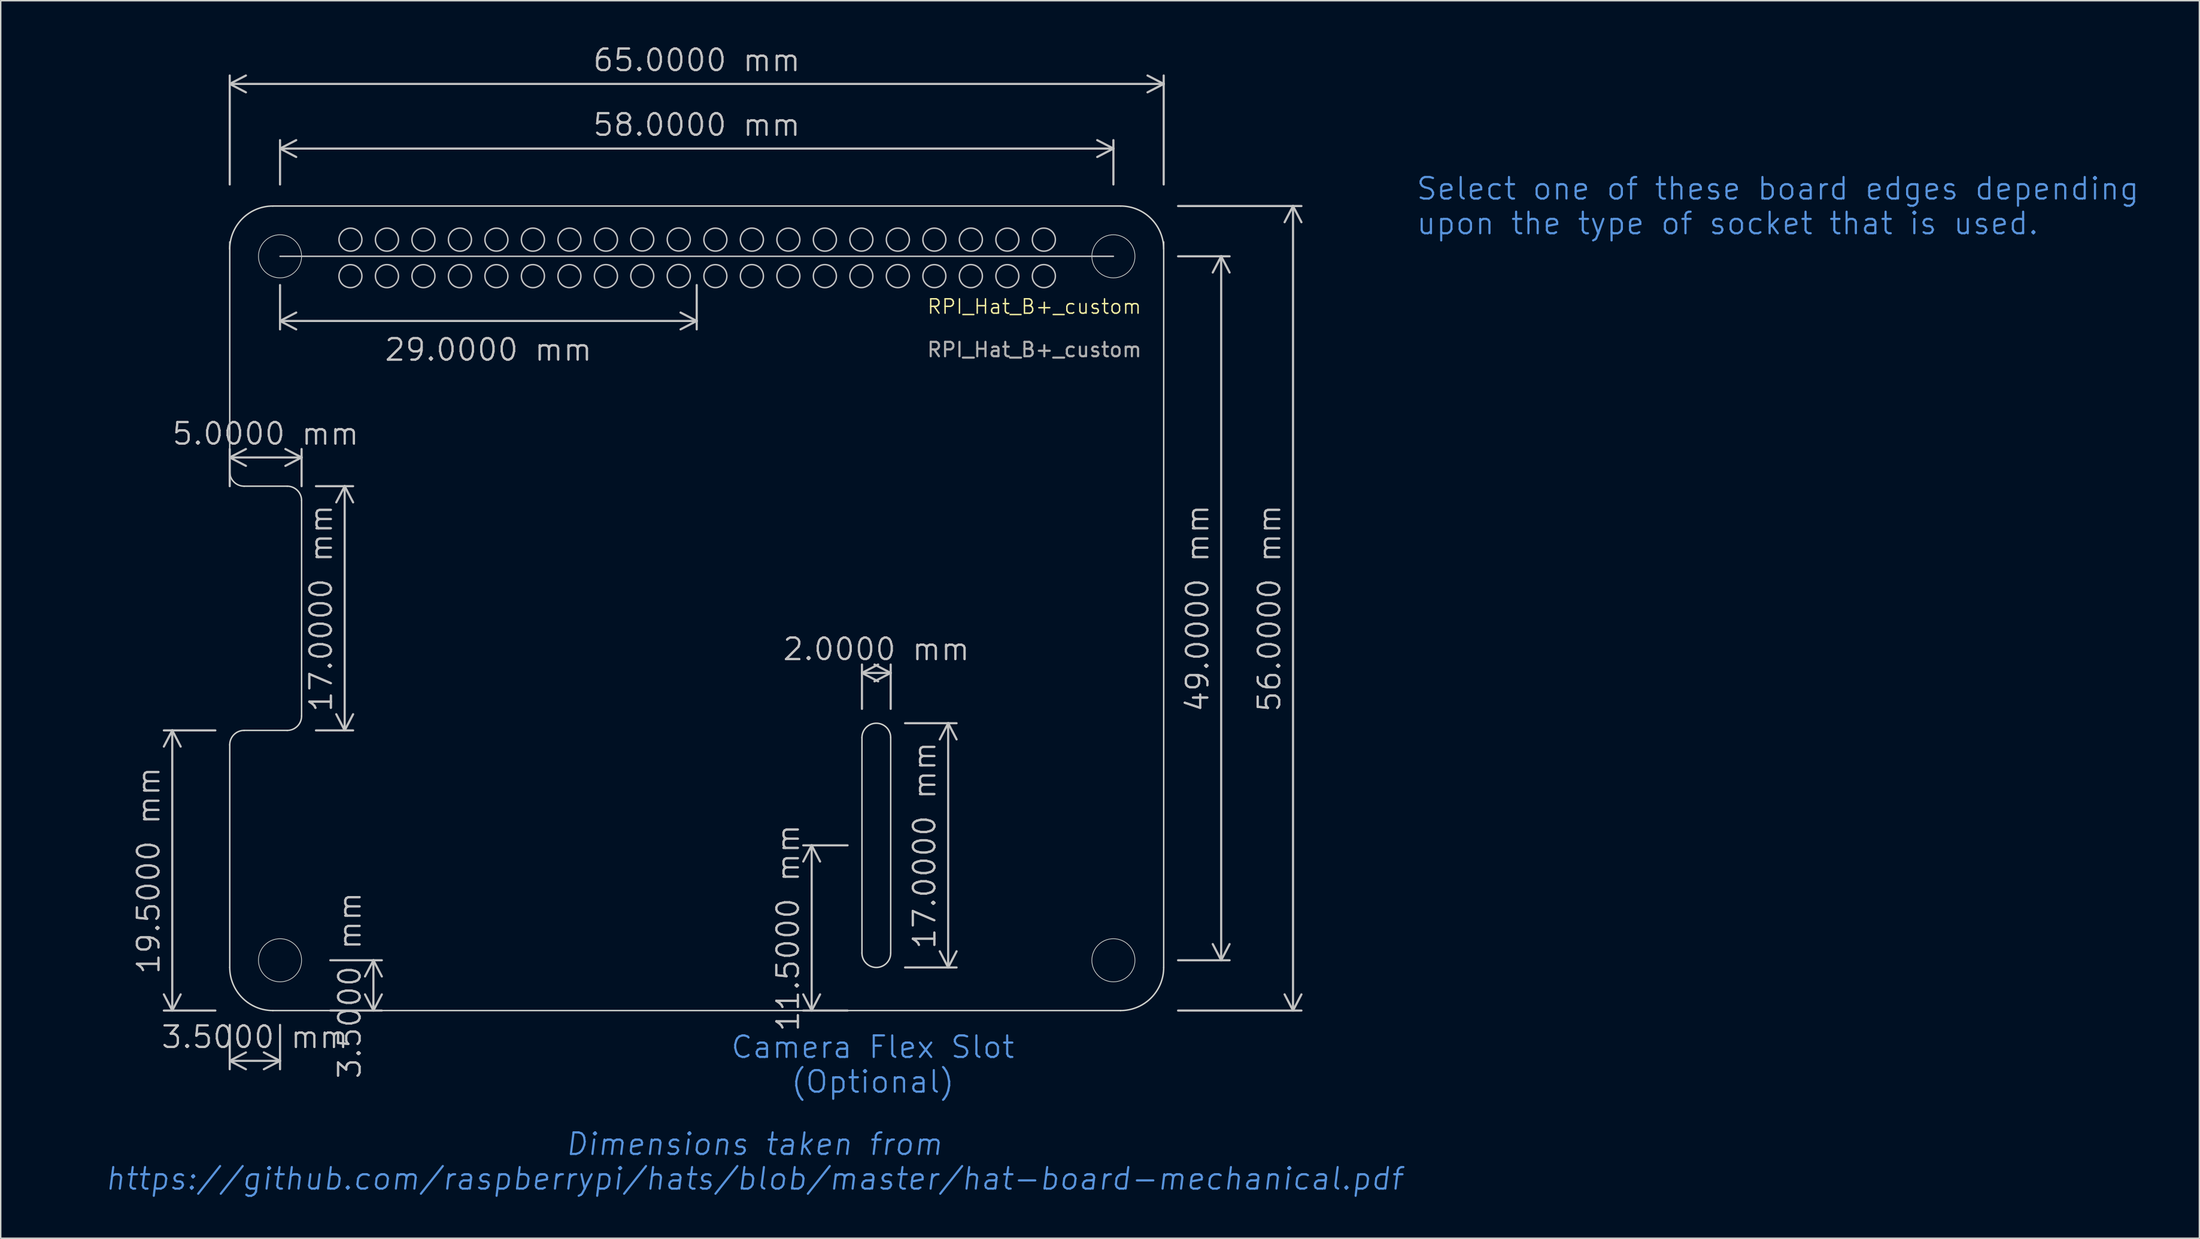
<source format=kicad_pcb>
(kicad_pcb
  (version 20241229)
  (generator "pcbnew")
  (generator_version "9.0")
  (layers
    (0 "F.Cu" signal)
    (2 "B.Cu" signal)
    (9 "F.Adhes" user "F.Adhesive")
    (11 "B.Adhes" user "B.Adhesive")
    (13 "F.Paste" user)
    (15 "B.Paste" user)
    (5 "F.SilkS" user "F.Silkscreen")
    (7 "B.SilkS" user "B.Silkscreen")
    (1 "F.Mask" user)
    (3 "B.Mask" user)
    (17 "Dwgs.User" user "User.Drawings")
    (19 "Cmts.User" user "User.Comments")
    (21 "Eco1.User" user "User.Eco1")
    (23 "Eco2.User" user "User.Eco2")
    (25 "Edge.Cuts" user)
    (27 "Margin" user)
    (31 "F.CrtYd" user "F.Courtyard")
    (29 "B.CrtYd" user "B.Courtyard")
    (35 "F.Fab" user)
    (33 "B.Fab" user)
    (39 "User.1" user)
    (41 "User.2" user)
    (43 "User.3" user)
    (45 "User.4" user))
  (footprint "RPI_Hat_B+_custom"
    (layer "F.Cu")
    (at 45.439 14.791)
    (property "Reference" "RPI_Hat_B+_custom" (at 23.5 3.5 0) (unlocked yes) (layer "F.SilkS") (effects (font (size 1 1) (thickness 0.1))))
    (attr through_hole)
    (fp_line (start -29 0) (end 29 0) (stroke (width 0.1) (type default)) (layer "Dwgs.User"))
    (fp_circle (center -24.099 -1.16) (end -23.539 -1.73) (stroke (width 0.1) (type default)) (fill no) (layer "Dwgs.User"))
    (fp_circle (center -24.099 1.38) (end -23.539 0.81) (stroke (width 0.1) (type default)) (fill no) (layer "Dwgs.User"))
    (fp_circle (center -21.559 -1.16) (end -21.089 -1.81) (stroke (width 0.1) (type default)) (fill no) (layer "Dwgs.User"))
    (fp_circle (center -21.559 1.38) (end -21.089 0.73) (stroke (width 0.1) (type default)) (fill no) (layer "Dwgs.User"))
    (fp_circle (center -19.019 -1.16) (end -18.459 -1.73) (stroke (width 0.1) (type default)) (fill no) (layer "Dwgs.User"))
    (fp_circle (center -19.019 1.38) (end -18.459 0.81) (stroke (width 0.1) (type default)) (fill no) (layer "Dwgs.User"))
    (fp_circle (center -16.479 -1.16) (end -16.009 -1.81) (stroke (width 0.1) (type default)) (fill no) (layer "Dwgs.User"))
    (fp_circle (center -16.479 1.38) (end -16.009 0.73) (stroke (width 0.1) (type default)) (fill no) (layer "Dwgs.User"))
    (fp_circle (center -13.941 -1.16) (end -13.381 -1.73) (stroke (width 0.1) (type default)) (fill no) (layer "Dwgs.User"))
    (fp_circle (center -13.941 1.38) (end -13.381 0.81) (stroke (width 0.1) (type default)) (fill no) (layer "Dwgs.User"))
    (fp_circle (center -11.401 -1.16) (end -10.931 -1.81) (stroke (width 0.1) (type default)) (fill no) (layer "Dwgs.User"))
    (fp_circle (center -11.401 1.38) (end -10.931 0.73) (stroke (width 0.1) (type default)) (fill no) (layer "Dwgs.User"))
    (fp_circle (center -8.859 -1.161) (end -8.299 -1.731) (stroke (width 0.1) (type default)) (fill no) (layer "Dwgs.User"))
    (fp_circle (center -8.859 1.379) (end -8.299 0.809) (stroke (width 0.1) (type default)) (fill no) (layer "Dwgs.User"))
    (fp_circle (center -6.319 -1.161) (end -5.849 -1.811) (stroke (width 0.1) (type default)) (fill no) (layer "Dwgs.User"))
    (fp_circle (center -6.319 1.379) (end -5.849 0.729) (stroke (width 0.1) (type default)) (fill no) (layer "Dwgs.User"))
    (fp_circle (center -3.79 -1.17) (end -3.23 -1.74) (stroke (width 0.1) (type default)) (fill no) (layer "Dwgs.User"))
    (fp_circle (center -3.79 1.37) (end -3.23 0.8) (stroke (width 0.1) (type default)) (fill no) (layer "Dwgs.User"))
    (fp_circle (center -1.25 -1.17) (end -0.78 -1.82) (stroke (width 0.1) (type default)) (fill no) (layer "Dwgs.User"))
    (fp_circle (center -1.25 1.37) (end -0.78 0.72) (stroke (width 0.1) (type default)) (fill no) (layer "Dwgs.User"))
    (fp_circle (center 1.299 -1.161) (end 1.859 -1.731) (stroke (width 0.1) (type default)) (fill no) (layer "Dwgs.User"))
    (fp_circle (center 1.299 1.379) (end 1.859 0.809) (stroke (width 0.1) (type default)) (fill no) (layer "Dwgs.User"))
    (fp_circle (center 3.839 -1.161) (end 4.309 -1.811) (stroke (width 0.1) (type default)) (fill no) (layer "Dwgs.User"))
    (fp_circle (center 3.839 1.379) (end 4.309 0.729) (stroke (width 0.1) (type default)) (fill no) (layer "Dwgs.User"))
    (fp_circle (center 6.379 -1.161) (end 6.939 -1.731) (stroke (width 0.1) (type default)) (fill no) (layer "Dwgs.User"))
    (fp_circle (center 6.379 1.379) (end 6.939 0.809) (stroke (width 0.1) (type default)) (fill no) (layer "Dwgs.User"))
    (fp_circle (center 8.919 -1.161) (end 9.389 -1.811) (stroke (width 0.1) (type default)) (fill no) (layer "Dwgs.User"))
    (fp_circle (center 8.919 1.379) (end 9.389 0.729) (stroke (width 0.1) (type default)) (fill no) (layer "Dwgs.User"))
    (fp_circle (center 11.459 -1.161) (end 12.019 -1.731) (stroke (width 0.1) (type default)) (fill no) (layer "Dwgs.User"))
    (fp_circle (center 11.459 1.379) (end 12.019 0.809) (stroke (width 0.1) (type default)) (fill no) (layer "Dwgs.User"))
    (fp_circle (center 13.999 -1.161) (end 14.469 -1.811) (stroke (width 0.1) (type default)) (fill no) (layer "Dwgs.User"))
    (fp_circle (center 13.999 1.379) (end 14.469 0.729) (stroke (width 0.1) (type default)) (fill no) (layer "Dwgs.User"))
    (fp_circle (center 16.539 -1.161) (end 17.099 -1.731) (stroke (width 0.1) (type default)) (fill no) (layer "Dwgs.User"))
    (fp_circle (center 16.539 1.379) (end 17.099 0.809) (stroke (width 0.1) (type default)) (fill no) (layer "Dwgs.User"))
    (fp_circle (center 19.079 -1.161) (end 19.549 -1.811) (stroke (width 0.1) (type default)) (fill no) (layer "Dwgs.User"))
    (fp_circle (center 19.079 1.379) (end 19.549 0.729) (stroke (width 0.1) (type default)) (fill no) (layer "Dwgs.User"))
    (fp_circle (center 21.619 -1.161) (end 22.179 -1.731) (stroke (width 0.1) (type default)) (fill no) (layer "Dwgs.User"))
    (fp_circle (center 21.619 1.379) (end 22.179 0.809) (stroke (width 0.1) (type default)) (fill no) (layer "Dwgs.User"))
    (fp_circle (center 24.159 -1.161) (end 24.629 -1.811) (stroke (width 0.1) (type default)) (fill no) (layer "Dwgs.User"))
    (fp_circle (center 24.159 1.379) (end 24.629 0.729) (stroke (width 0.1) (type default)) (fill no) (layer "Dwgs.User"))
    (fp_line (start -32.5 -1) (end -32.5 15) (stroke (width 0.1) (type solid)) (layer "Edge.Cuts"))
    (fp_line (start -32.5 34) (end -32.5 49.5) (stroke (width 0.1) (type solid)) (layer "Edge.Cuts"))
    (fp_line (start -31.5 16) (end -28.5 16) (stroke (width 0.1) (type solid)) (layer "Edge.Cuts"))
    (fp_line (start -31.5 33) (end -28.5 33) (stroke (width 0.1) (type solid)) (layer "Edge.Cuts"))
    (fp_line (start -29.5 -3.5) (end 29.5 -3.5) (stroke (width 0.1) (type solid)) (layer "Edge.Cuts"))
    (fp_line (start -29.5 52.5) (end 29.5 52.5) (stroke (width 0.1) (type solid)) (layer "Edge.Cuts"))
    (fp_line (start -27.5 17) (end -27.5 32) (stroke (width 0.1) (type solid)) (layer "Edge.Cuts"))
    (fp_line (start 11.5 33.5) (end 11.5 48.5) (stroke (width 0.1) (type solid)) (layer "Edge.Cuts"))
    (fp_line (start 13.5 33.5) (end 13.5 48.5) (stroke (width 0.1) (type solid)) (layer "Edge.Cuts"))
    (fp_line (start 32.5 -1) (end 32.5 49.5) (stroke (width 0.1) (type solid)) (layer "Edge.Cuts"))
    (fp_arc (start -32.5 -0.5) (mid -31.62132 -2.62132) (end -29.5 -3.5) (stroke (width 0.1) (type solid)) (layer "Edge.Cuts"))
    (fp_arc (start -32.5 34) (mid -32.207107 33.292893) (end -31.5 33) (stroke (width 0.1) (type solid)) (layer "Edge.Cuts"))
    (fp_arc (start -31.5 16) (mid -32.207107 15.707107) (end -32.5 15) (stroke (width 0.1) (type solid)) (layer "Edge.Cuts"))
    (fp_arc (start -29.5 52.5) (mid -31.62132 51.62132) (end -32.5 49.5) (stroke (width 0.1) (type solid)) (layer "Edge.Cuts"))
    (fp_arc (start -28.5 16) (mid -27.792893 16.292893) (end -27.5 17) (stroke (width 0.1) (type solid)) (layer "Edge.Cuts"))
    (fp_arc (start -27.5 32) (mid -27.792893 32.707107) (end -28.5 33) (stroke (width 0.1) (type solid)) (layer "Edge.Cuts"))
    (fp_arc (start 11.5 33.5) (mid 12.5 32.5) (end 13.5 33.5) (stroke (width 0.1) (type solid)) (layer "Edge.Cuts"))
    (fp_arc (start 13.5 48.5) (mid 12.5 49.5) (end 11.5 48.5) (stroke (width 0.1) (type solid)) (layer "Edge.Cuts"))
    (fp_arc (start 29.5 -3.5) (mid 31.62132 -2.62132) (end 32.5 -0.5) (stroke (width 0.1) (type solid)) (layer "Edge.Cuts"))
    (fp_arc (start 32.5 49.5) (mid 31.62132 51.62132) (end 29.5 52.5) (stroke (width 0.1) (type solid)) (layer "Edge.Cuts"))
    (fp_circle (center -29 0) (end -30.5 -0.000001) (stroke (width 0.05) (type default)) (fill no) (layer "Edge.Cuts"))
    (fp_circle (center -29 49) (end -30.5 49) (stroke (width 0.05) (type default)) (fill no) (layer "Edge.Cuts"))
    (fp_circle (center 29 0) (end 30.5 -0.000001) (stroke (width 0.05) (type default)) (fill no) (layer "Edge.Cuts"))
    (fp_circle (center 29 49) (end 30.5 49) (stroke (width 0.05) (type default)) (fill no) (layer "Edge.Cuts"))
    (fp_text user "Camera Flex Slot\n(Optional)" (at 12.25 56.25 0) (unlocked yes) (layer "Cmts.User") (effects (font (size 1.5 1.5) (thickness 0.15))))
    (fp_text user "Dimensions taken from\nhttps://github.com/raspberrypi/hats/blob/master/hat-board-mechanical.pdf" (at 4 63 0) (unlocked yes) (layer "Cmts.User") (effects (font (size 1.5 1.5) (thickness 0.15) (italic yes))))
    (fp_text user "Select one of these board edges depending \nupon the type of socket that is used." (at 50 -3.5 0) (unlocked yes) (layer "Cmts.User") (effects (font (size 1.5 1.5) (thickness 0.15)) (justify left)))
    (fp_text user "${REFERENCE}" (at 23.5 6.5 0) (unlocked yes) (layer "F.Fab") (effects (font (size 1 1) (thickness 0.15))))
    (dimension (type aligned) (layer "Dwgs.User") (pts (xy 78.939 67.291) (xy 78.939 11.291)) (height 8) (format (prefix "") (suffix "") (units 3) (units_format 1) (precision 4)) (style (thickness 0.15) (arrow_length 1.27) (text_position_mode 0) (arrow_direction outward) (extension_height 0.586) (extension_offset 0) (keep_text_aligned yes)) (gr_text "56.0000 mm" (at 85.289 39.291 90) (layer "Dwgs.User") (effects (font (size 1.5 1.5) (thickness 0.15)))))
    (dimension (type aligned) (layer "Dwgs.User") (pts (xy 55.939 67.291) (xy 55.939 55.791)) (height -2.5) (format (prefix "") (suffix "") (units 3) (units_format 1) (precision 4)) (style (thickness 0.15) (arrow_length 1.27) (text_position_mode 0) (arrow_direction outward) (extension_height 0.586) (extension_offset 0) (keep_text_aligned yes)) (gr_text "11.5000 mm" (at 51.789 61.541 90) (layer "Dwgs.User") (effects (font (size 1.5 1.5) (thickness 0.15)))))
    (dimension (type aligned) (layer "Dwgs.User") (pts (xy 11.939 67.291) (xy 11.939 47.791)) (height -3) (format (prefix "") (suffix "") (units 3) (units_format 1) (precision 4)) (style (thickness 0.15) (arrow_length 1.27) (text_position_mode 0) (arrow_direction outward) (extension_height 0.586) (extension_offset 0) (keep_text_aligned yes)) (gr_text "19.5000 mm" (at 7.289 57.541 90) (layer "Dwgs.User") (effects (font (size 1.5 1.5) (thickness 0.15)))))
    (dimension (type aligned) (layer "Dwgs.User") (pts (xy 78.939 63.791) (xy 78.939 14.791)) (height 3) (format (prefix "") (suffix "") (units 3) (units_format 1) (precision 4)) (style (thickness 0.15) (arrow_length 1.27) (text_position_mode 0) (arrow_direction outward) (extension_height 0.586) (extension_offset 0) (keep_text_aligned yes)) (gr_text "49.0000 mm" (at 80.289 39.291 90) (layer "Dwgs.User") (effects (font (size 1.5 1.5) (thickness 0.15)))))
    (dimension (type aligned) (layer "Dwgs.User") (pts (xy 18.939 47.791) (xy 18.939 30.791)) (height 2) (format (prefix "") (suffix "") (units 3) (units_format 1) (precision 4)) (style (thickness 0.15) (arrow_length 1.27) (text_position_mode 0) (arrow_direction outward) (extension_height 0.586) (extension_offset 0) (keep_text_aligned yes)) (gr_text "17.0000 mm" (at 19.289 39.291 90) (layer "Dwgs.User") (effects (font (size 1.5 1.5) (thickness 0.15)))))
    (dimension (type aligned) (layer "Dwgs.User") (pts (xy 77.939 9.791) (xy 12.939 9.791)) (height 7) (format (prefix "") (suffix "") (units 3) (units_format 1) (precision 4)) (style (thickness 0.15) (arrow_length 1.27) (text_position_mode 0) (arrow_direction outward) (extension_height 0.586) (extension_offset 0) (keep_text_aligned yes)) (gr_text "65.0000 mm" (at 45.439 1.141 0) (layer "Dwgs.User") (effects (font (size 1.5 1.5) (thickness 0.15)))))
    (dimension (type aligned) (layer "Dwgs.User") (pts (xy 19.939 67.291) (xy 19.939 63.791)) (height 3) (format (prefix "") (suffix "") (units 3) (units_format 1) (precision 4)) (style (thickness 0.15) (arrow_length 1.27) (text_position_mode 0) (arrow_direction outward) (extension_height 0.586) (extension_offset 0) (keep_text_aligned yes)) (gr_text "3.5000 mm" (at 21.289 65.541 90) (layer "Dwgs.User") (effects (font (size 1.5 1.5) (thickness 0.15)))))
    (dimension (type aligned) (layer "Dwgs.User") (pts (xy 59.939 64.291) (xy 59.939 47.291)) (height 3) (format (prefix "") (suffix "") (units 3) (units_format 1) (precision 4)) (style (thickness 0.15) (arrow_length 1.27) (text_position_mode 0) (arrow_direction outward) (extension_height 0.586) (extension_offset 0) (keep_text_aligned yes)) (gr_text "17.0000 mm" (at 61.289 55.791 90) (layer "Dwgs.User") (effects (font (size 1.5 1.5) (thickness 0.15)))))
    (dimension (type aligned) (layer "Dwgs.User") (pts (xy 17.939 30.791) (xy 12.939 30.791)) (height 2) (format (prefix "") (suffix "") (units 3) (units_format 1) (precision 4)) (style (thickness 0.15) (arrow_length 1.27) (text_position_mode 0) (arrow_direction outward) (extension_height 0.586) (extension_offset 0) (keep_text_aligned yes)) (gr_text "5.0000 mm" (at 15.439 27.141 0) (layer "Dwgs.User") (effects (font (size 1.5 1.5) (thickness 0.15)))))
    (dimension (type aligned) (layer "Dwgs.User") (pts (xy 16.439 68.291) (xy 12.939 68.291)) (height -2.5) (format (prefix "") (suffix "") (units 3) (units_format 1) (precision 4)) (style (thickness 0.15) (arrow_length 1.27) (text_position_mode 0) (arrow_direction outward) (extension_height 0.586) (extension_offset 0) (keep_text_aligned yes)) (gr_text "3.5000 mm" (at 14.689 69.141 0) (layer "Dwgs.User") (effects (font (size 1.5 1.5) (thickness 0.15)))))
    (dimension (type aligned) (layer "Dwgs.User") (pts (xy 74.439 9.791) (xy 16.439 9.791)) (height 2.5) (format (prefix "") (suffix "") (units 3) (units_format 1) (precision 4)) (style (thickness 0.15) (arrow_length 1.27) (text_position_mode 0) (arrow_direction outward) (extension_height 0.586) (extension_offset 0) (keep_text_aligned yes)) (gr_text "58.0000 mm" (at 45.439 5.641 0) (layer "Dwgs.User") (effects (font (size 1.5 1.5) (thickness 0.15)))))
    (dimension (type aligned) (layer "Dwgs.User") (pts (xy 45.439 16.791) (xy 16.439 16.791)) (height -2.5) (format (prefix "") (suffix "") (units 3) (units_format 1) (precision 4)) (style (thickness 0.15) (arrow_length 1.27) (text_position_mode 2) (arrow_direction outward) (extension_height 0.586) (extension_offset 0) (keep_text_aligned yes)) (gr_text "29.0000 mm" (at 30.939 21.291 0) (layer "Dwgs.User") (effects (font (size 1.5 1.5) (thickness 0.15)))))
    (dimension (type aligned) (layer "Dwgs.User") (pts (xy 58.939 46.291) (xy 56.939 46.291)) (height 2.5) (format (prefix "") (suffix "") (units 3) (units_format 1) (precision 4)) (style (thickness 0.15) (arrow_length 1.27) (text_position_mode 0) (arrow_direction outward) (extension_height 0.586) (extension_offset 0) (keep_text_aligned yes)) (gr_text "2.0000 mm" (at 57.939 42.141 0) (layer "Dwgs.User") (effects (font (size 1.5 1.5) (thickness 0.15))))))
  (gr_rect
    (start -3 -3)
    (end 150.018 83.139)
    (stroke (width 0.1) (type default))
    (fill no)
    (layer "Edge.Cuts")))
</source>
